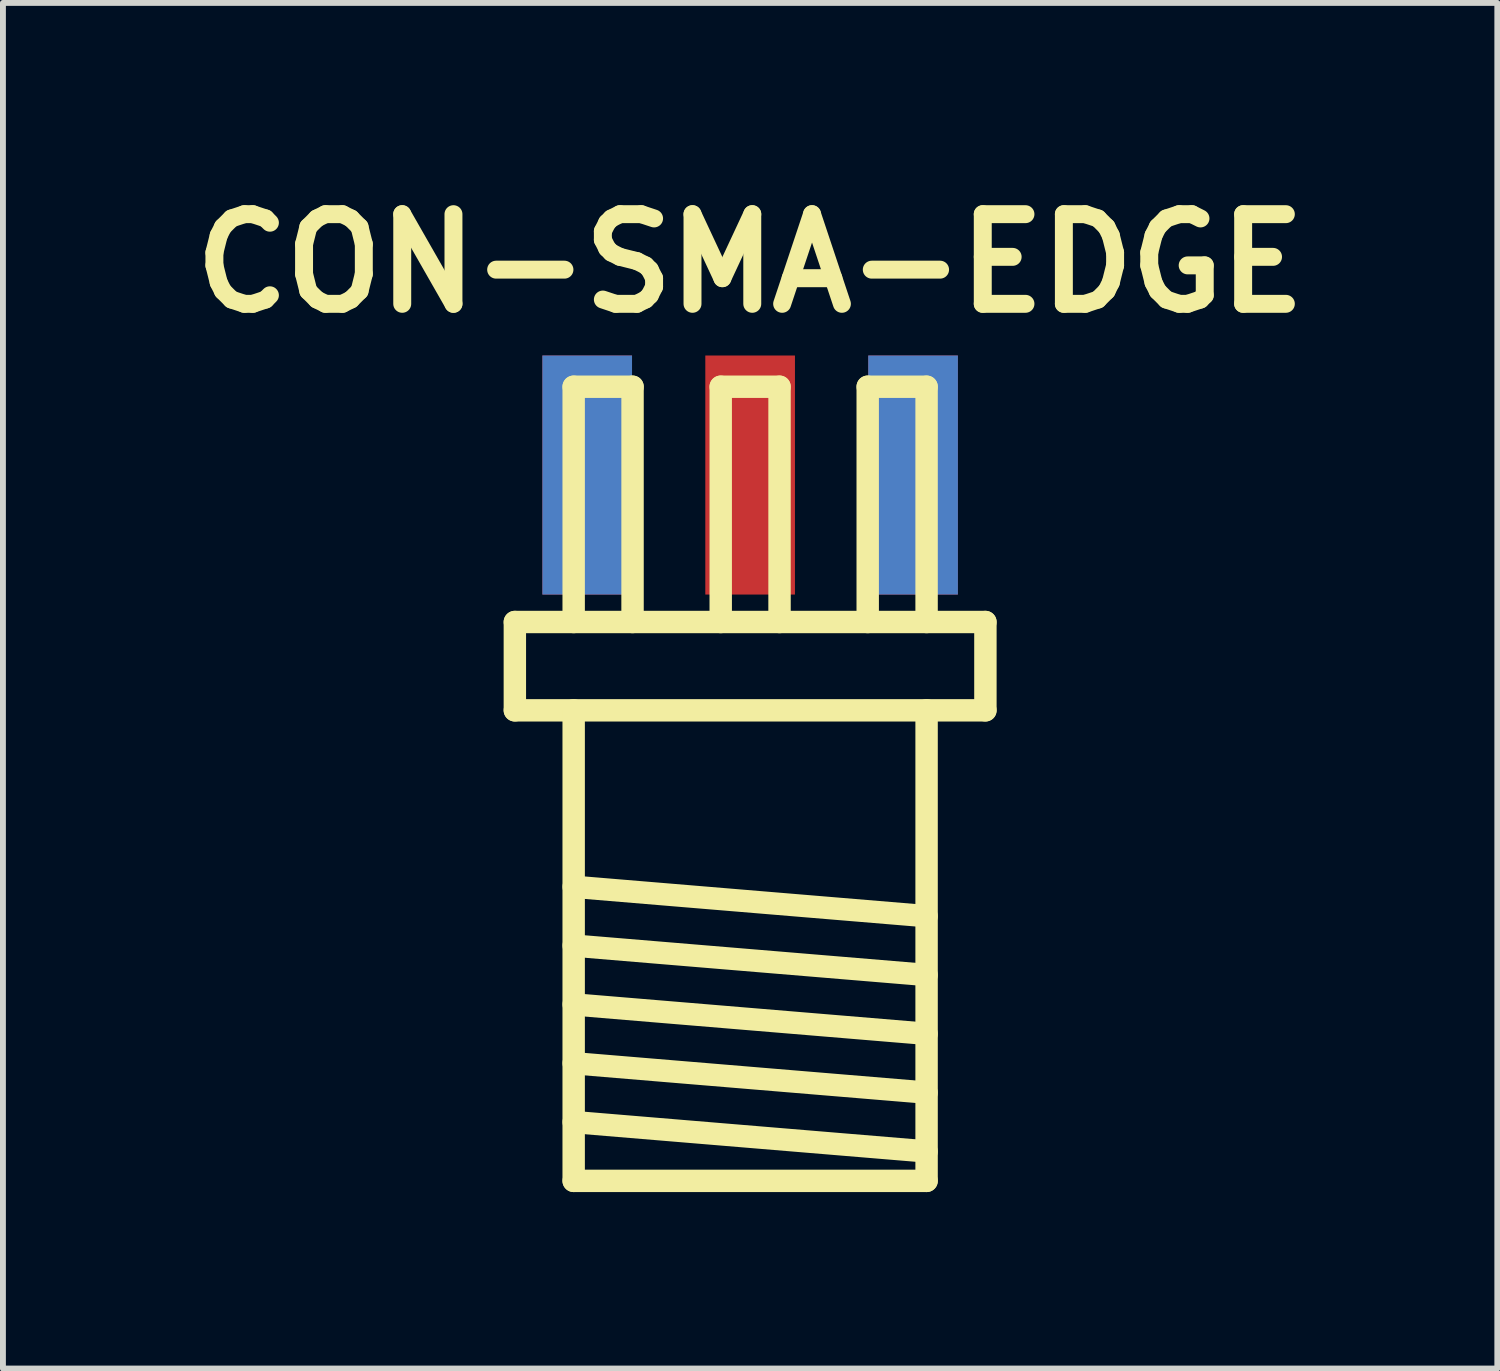
<source format=kicad_pcb>
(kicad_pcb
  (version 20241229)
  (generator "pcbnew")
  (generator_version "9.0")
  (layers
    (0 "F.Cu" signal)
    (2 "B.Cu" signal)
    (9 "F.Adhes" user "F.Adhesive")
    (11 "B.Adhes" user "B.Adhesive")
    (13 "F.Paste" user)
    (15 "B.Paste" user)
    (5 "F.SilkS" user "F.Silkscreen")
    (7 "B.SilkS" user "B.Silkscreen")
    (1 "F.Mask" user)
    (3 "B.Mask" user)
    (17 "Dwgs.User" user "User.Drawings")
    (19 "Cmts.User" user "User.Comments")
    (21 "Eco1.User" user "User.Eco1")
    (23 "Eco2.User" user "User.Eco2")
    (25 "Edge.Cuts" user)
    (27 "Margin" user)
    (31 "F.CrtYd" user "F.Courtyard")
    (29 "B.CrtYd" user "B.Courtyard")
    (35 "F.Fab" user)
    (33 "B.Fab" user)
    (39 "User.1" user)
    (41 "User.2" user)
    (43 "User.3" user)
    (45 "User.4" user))
  (footprint "CON-SMA-EDGE"
    (layer "F.Cu")
    (at 9.703 5.026)
    (property "Reference" "CON-SMA-EDGE" (at 0 -3.6 0) (layer "F.SilkS") (effects (font (size 1.524 1.524) (thickness 0.305))))
    (attr through_hole)
    (fp_line (start -4 2.499) (end 4 2.499) (stroke (width 0.381) (type solid)) (layer "F.SilkS"))
    (fp_line (start -4 4) (end -4 2.499) (stroke (width 0.381) (type solid)) (layer "F.SilkS"))
    (fp_line (start -4 4) (end 4 4) (stroke (width 0.381) (type solid)) (layer "F.SilkS"))
    (fp_line (start -3 8) (end 3 8.5) (stroke (width 0.381) (type solid)) (layer "F.SilkS"))
    (fp_line (start -3 12) (end -3 4) (stroke (width 0.381) (type solid)) (layer "F.SilkS"))
    (fp_line (start -3 -1.501) (end -1.999 -1.501) (stroke (width 0.381) (type solid)) (layer "F.SilkS"))
    (fp_line (start -3 2.499) (end -3 -1.501) (stroke (width 0.381) (type solid)) (layer "F.SilkS"))
    (fp_line (start -1.999 -1.501) (end -1.999 2.499) (stroke (width 0.381) (type solid)) (layer "F.SilkS"))
    (fp_line (start -0.5 -1.501) (end 0.5 -1.501) (stroke (width 0.381) (type solid)) (layer "F.SilkS"))
    (fp_line (start -0.5 2.499) (end -0.5 -1.501) (stroke (width 0.381) (type solid)) (layer "F.SilkS"))
    (fp_line (start 0.5 -1.501) (end 0.5 2.499) (stroke (width 0.381) (type solid)) (layer "F.SilkS"))
    (fp_line (start 1.999 -1.501) (end 3 -1.501) (stroke (width 0.381) (type solid)) (layer "F.SilkS"))
    (fp_line (start 1.999 2.499) (end 1.999 -1.501) (stroke (width 0.381) (type solid)) (layer "F.SilkS"))
    (fp_line (start 3 -1.501) (end 3 2.499) (stroke (width 0.381) (type solid)) (layer "F.SilkS"))
    (fp_line (start 3 4) (end 3 12) (stroke (width 0.381) (type solid)) (layer "F.SilkS"))
    (fp_line (start 3 7.5) (end -3 7) (stroke (width 0.381) (type solid)) (layer "F.SilkS"))
    (fp_line (start 3 9.5) (end -3 9) (stroke (width 0.381) (type solid)) (layer "F.SilkS"))
    (fp_line (start 3 10.5) (end -3 10) (stroke (width 0.381) (type solid)) (layer "F.SilkS"))
    (fp_line (start 3 11.5) (end -3 11) (stroke (width 0.381) (type solid)) (layer "F.SilkS"))
    (fp_line (start 3 12) (end -3 12) (stroke (width 0.381) (type solid)) (layer "F.SilkS"))
    (fp_line (start 4 4) (end 4 2.499) (stroke (width 0.381) (type solid)) (layer "F.SilkS"))
    (pad "1" smd rect (at 0 0) (size 1.524 4.064) (layers "F.Cu" "F.Mask" "F.Paste"))
    (pad "2" smd rect (at -2.77 0) (size 1.524 4.064) (layers "F.Cu" "F.Mask" "F.Paste"))
    (pad "2" smd rect (at -2.77 0) (size 1.524 4.064) (layers "B.Cu" "B.Mask" "B.Paste"))
    (pad "2" smd rect (at 2.77 0) (size 1.524 4.064) (layers "F.Cu" "F.Mask" "F.Paste"))
    (pad "2" smd rect (at 2.77 0) (size 1.524 4.064) (layers "B.Cu" "B.Mask" "B.Paste")))
  (gr_rect
    (start -3 -3)
    (end 22.406 20.217)
    (stroke (width 0.1) (type default))
    (fill no)
    (layer "Edge.Cuts")))
</source>
